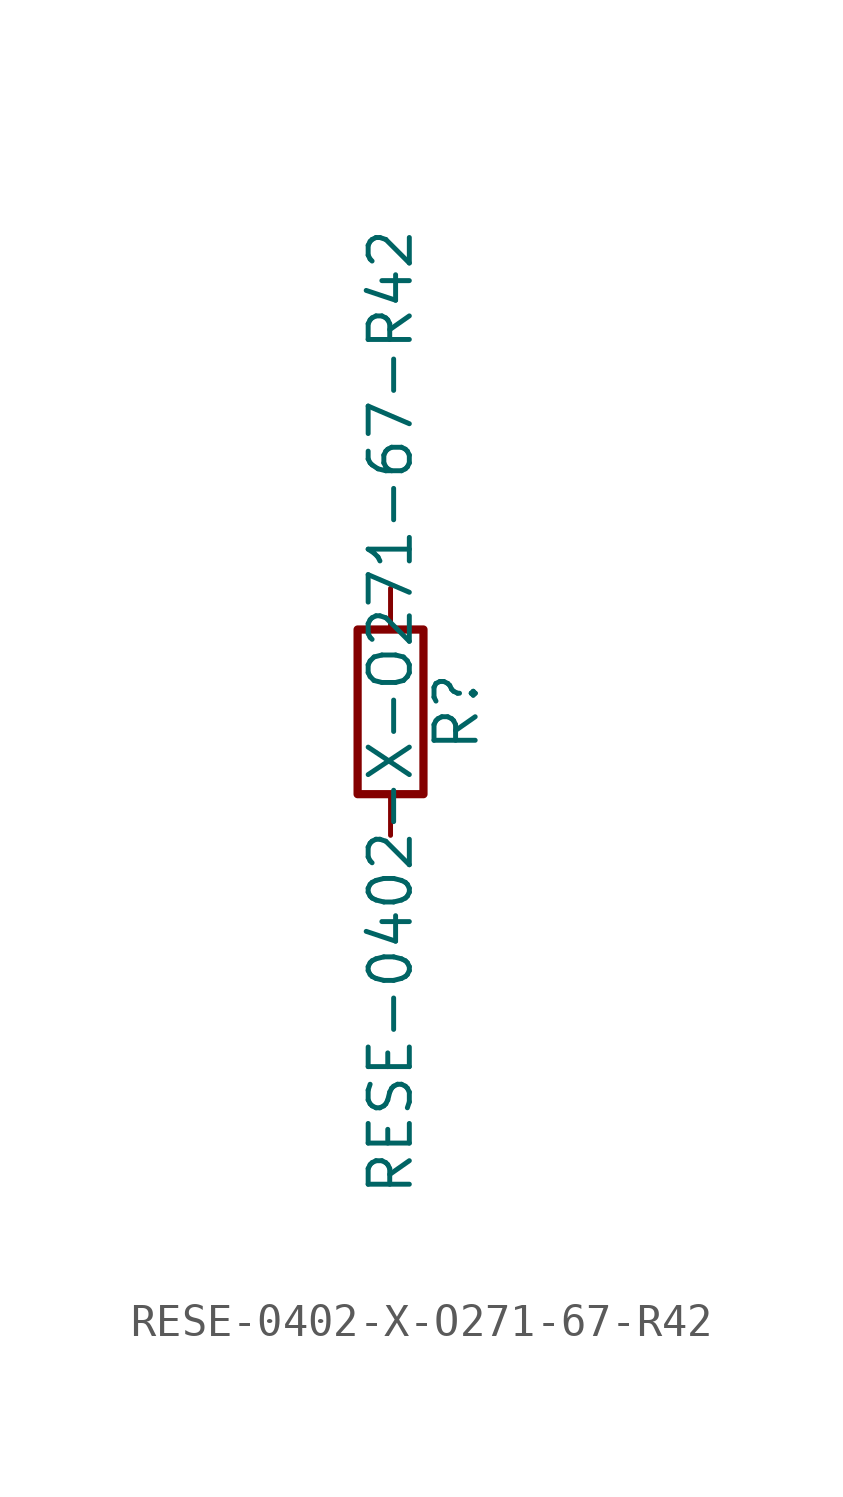
<source format=kicad_sym>
(kicad_symbol_lib
  (version 20211014)
  (generator kicad_symbol_editor)
  (symbol "RESE-0402-X-O271-67-R42"
    (pin_numbers hide)
    (pin_names
      (offset 0))
    (property "Reference" "R"
      (at 2.032 0 90)
      (effects (font (size 1.27 1.27))))
    (property "Value" "RESE-0402-X-O271-67-R42"
      (at 0 0 90)
      (effects (font (size 1.27 1.27))))
    (symbol "RESE-0402-X-O271-67-R42_0_1"
      (rectangle (start -1.016 -2.54) (end 1.016 2.54) (stroke (width 0.254) (type default) (color 0 0 0 0)) (fill (type none))))
    (symbol "RESE-0402-X-O271-67-R42_1_1"
      (pin passive line (at 0 3.81 270) (length 1.27) (name "~" (effects (font (size 1.27 1.27)))) (number "1" (effects (font (size 1.27 1.27)))))
      (pin passive line (at 0 -3.81 90) (length 1.27) (name "~" (effects (font (size 1.27 1.27)))) (number "2" (effects (font (size 1.27 1.27))))))))
</source>
